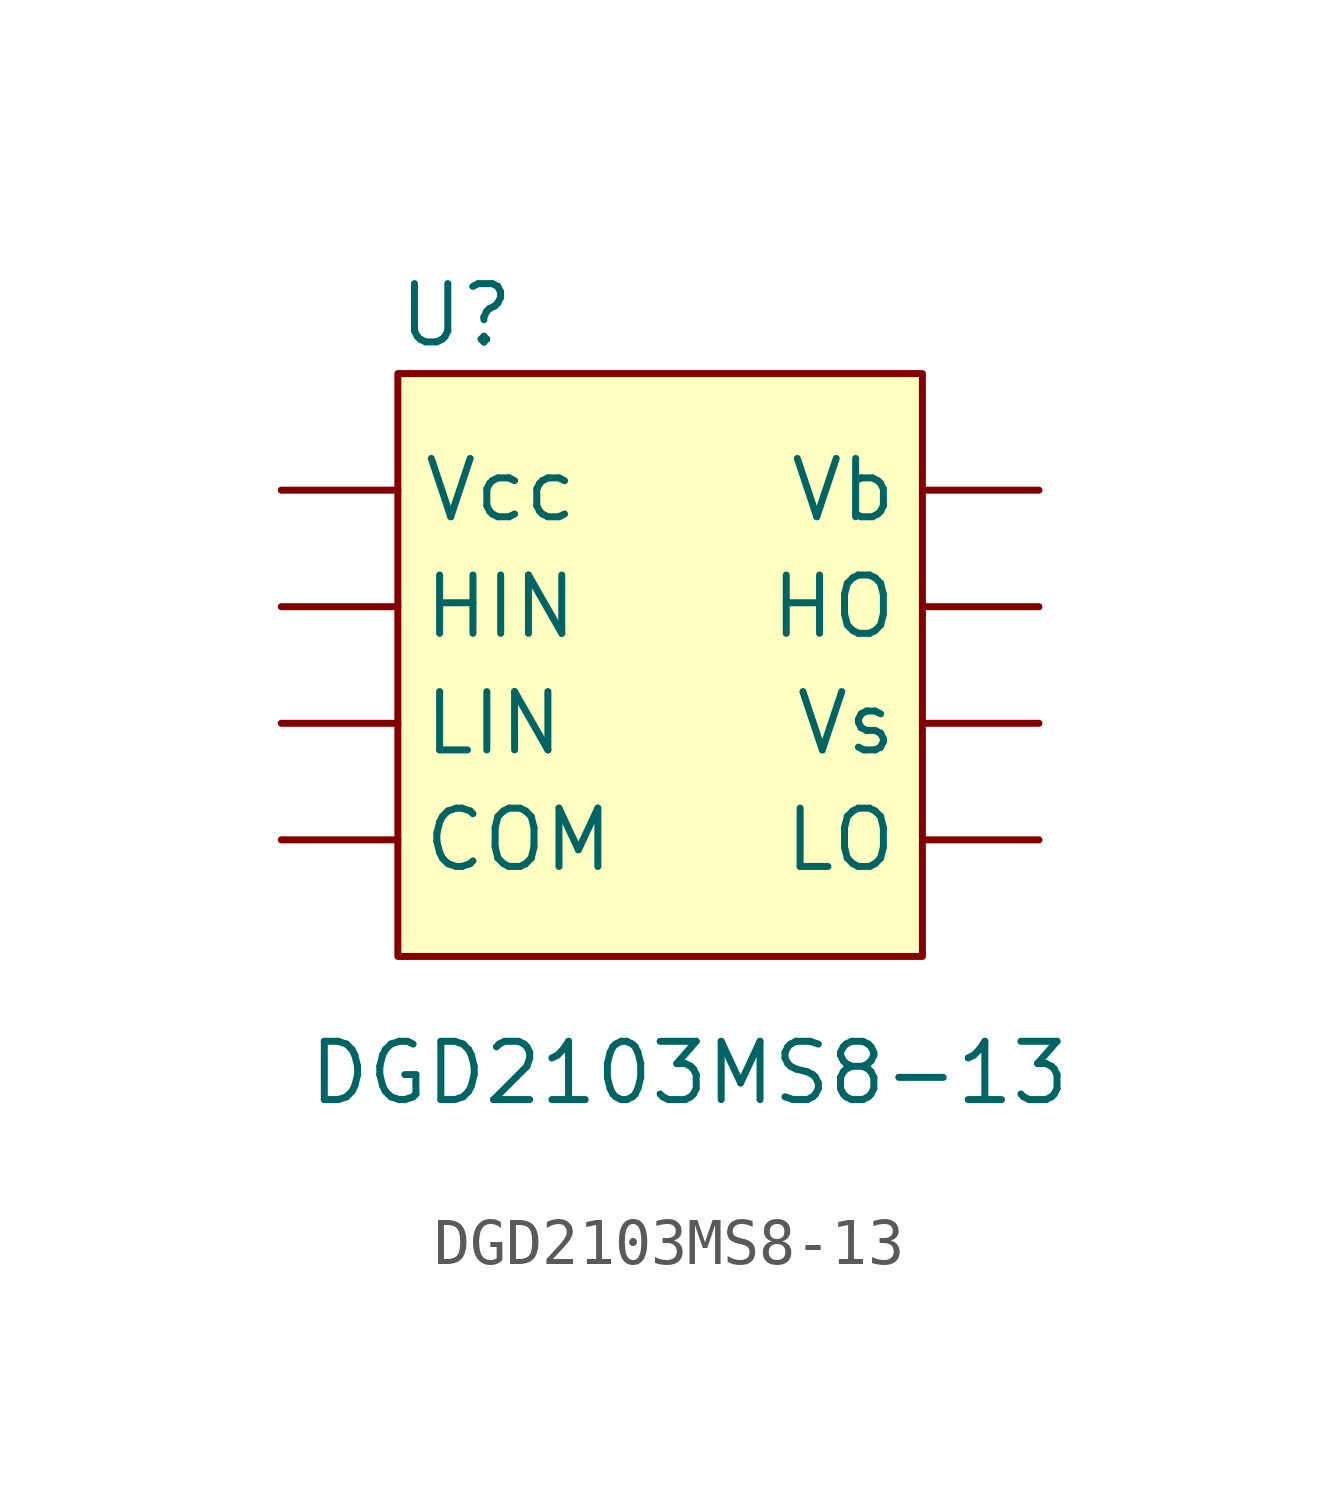
<source format=kicad_sym>
(kicad_symbol_lib
  (version 20211014)
  (generator kicad_symbol_editor)
  (symbol "DGD2103MS8-13"
    (property "Reference" "U"
      (at -1.27 1.27 0)
      (effects (font (size 1.27 1.27))))
    (property "Value" "DGD2103MS8-13"
      (at 3.81 -15.24 0)
      (effects (font (size 1.27 1.27))))
    (symbol "DGD2103MS8-13_0_1"
      (rectangle (start -2.54 0) (end 8.89 -12.7) (stroke (width 0.152) (type default) (color 0 0 0 0)) (fill (type background))))
    (symbol "DGD2103MS8-13_1_1"
      (pin power_out line (at -5.08 -10.16 0) (length 2.54) (name "COM" (effects (font (size 1.27 1.27)))) (number "" (effects (font (size 1.27 1.27)))))
      (pin input line (at -5.08 -5.08 0) (length 2.54) (name "HIN" (effects (font (size 1.27 1.27)))) (number "" (effects (font (size 1.27 1.27)))))
      (pin output line (at 11.43 -5.08 180) (length 2.54) (name "HO" (effects (font (size 1.27 1.27)))) (number "" (effects (font (size 1.27 1.27)))))
      (pin input line (at -5.08 -7.62 0) (length 2.54) (name "LIN" (effects (font (size 1.27 1.27)))) (number "" (effects (font (size 1.27 1.27)))))
      (pin power_in line (at 11.43 -10.16 180) (length 2.54) (name "LO" (effects (font (size 1.27 1.27)))) (number "" (effects (font (size 1.27 1.27)))))
      (pin power_in line (at 11.43 -2.54 180) (length 2.54) (name "Vb" (effects (font (size 1.27 1.27)))) (number "" (effects (font (size 1.27 1.27)))))
      (pin power_in line (at -5.08 -2.54 0) (length 2.54) (name "Vcc" (effects (font (size 1.27 1.27)))) (number "" (effects (font (size 1.27 1.27)))))
      (pin power_in line (at 11.43 -7.62 180) (length 2.54) (name "Vs" (effects (font (size 1.27 1.27)))) (number "" (effects (font (size 1.27 1.27))))))))
</source>
